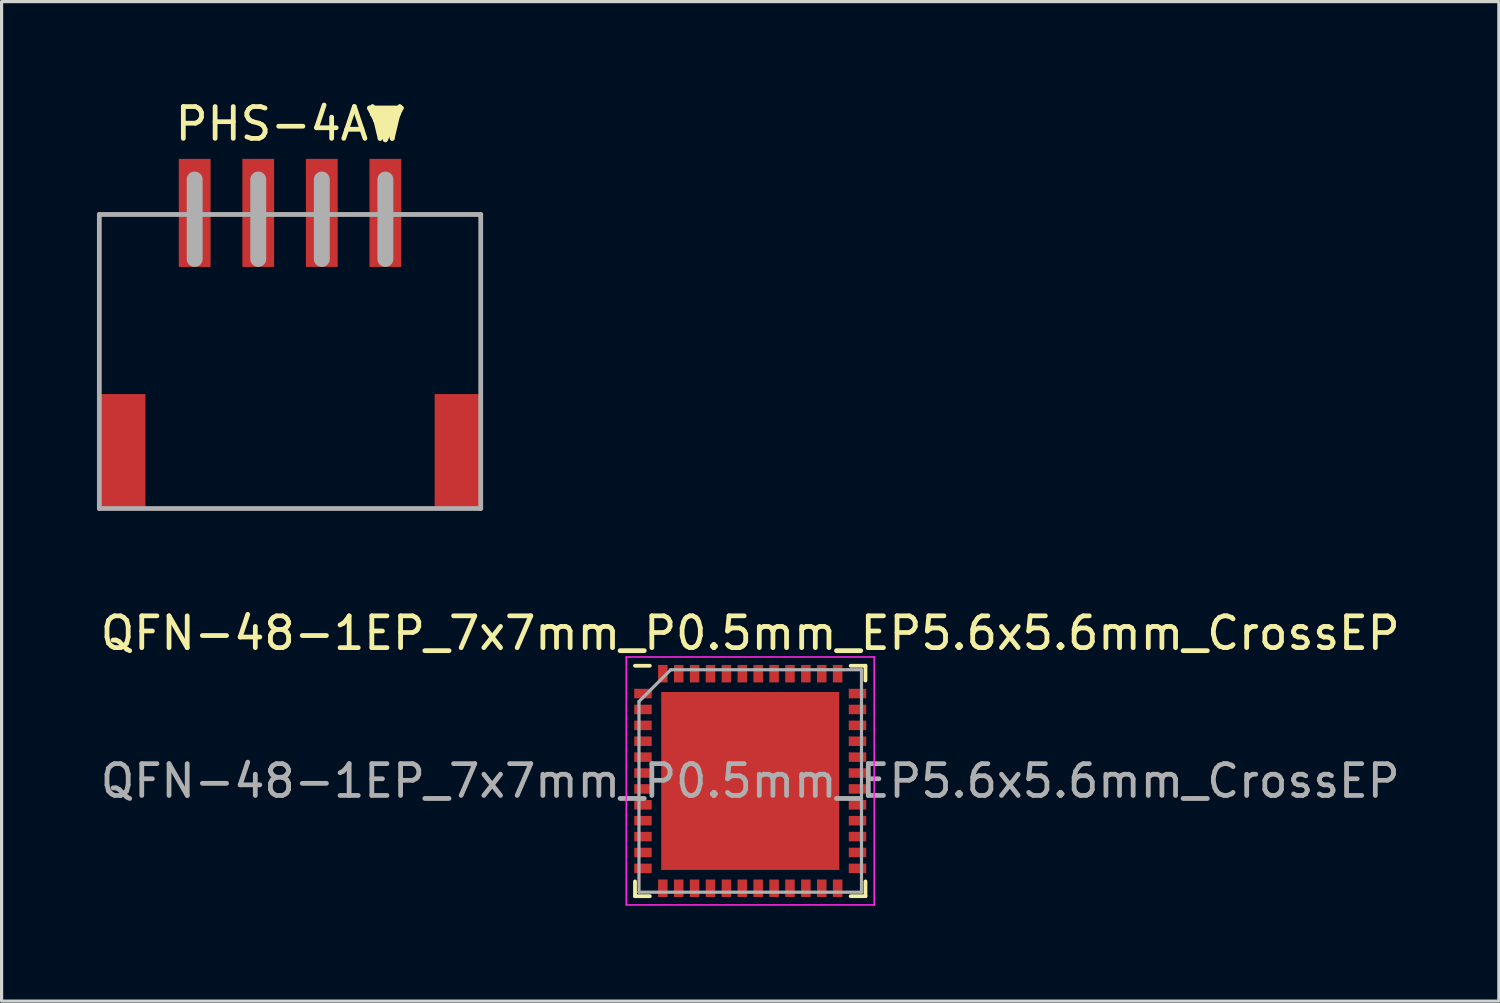
<source format=kicad_pcb>
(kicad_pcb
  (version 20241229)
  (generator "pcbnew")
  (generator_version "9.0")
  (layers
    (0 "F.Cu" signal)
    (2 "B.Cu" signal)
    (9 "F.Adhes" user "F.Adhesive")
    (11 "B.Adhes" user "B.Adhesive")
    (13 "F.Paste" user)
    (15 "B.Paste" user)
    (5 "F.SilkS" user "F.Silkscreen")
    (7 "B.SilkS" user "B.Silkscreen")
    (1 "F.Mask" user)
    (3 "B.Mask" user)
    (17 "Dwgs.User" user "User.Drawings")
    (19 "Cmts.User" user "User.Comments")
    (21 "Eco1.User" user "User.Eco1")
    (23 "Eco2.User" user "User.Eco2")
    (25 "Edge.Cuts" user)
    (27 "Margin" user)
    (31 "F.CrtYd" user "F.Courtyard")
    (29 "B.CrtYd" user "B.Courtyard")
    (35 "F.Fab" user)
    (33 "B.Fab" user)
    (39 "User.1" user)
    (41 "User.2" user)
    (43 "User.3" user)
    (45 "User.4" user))
  (footprint "PHS-4AW"
    (layer "F.Cu")
    (at 6.075 5.348)
    (property "Reference" "PHS-4AW" (at 0 -4.5 0) (layer "F.SilkS") (effects (font (size 1 1) (thickness 0.15))))
    (attr through_hole)
    (fp_line (start 2.5 -5) (end 3 -4) (stroke (width 0.15) (type solid)) (layer "F.SilkS"))
    (fp_line (start 2.6 -4.9) (end 3.4 -4.9) (stroke (width 0.15) (type solid)) (layer "F.SilkS"))
    (fp_line (start 2.6 -4.8) (end 3.4 -4.8) (stroke (width 0.15) (type solid)) (layer "F.SilkS"))
    (fp_line (start 2.7 -4.7) (end 3.3 -4.7) (stroke (width 0.15) (type solid)) (layer "F.SilkS"))
    (fp_line (start 2.7 -4.6) (end 3.3 -4.6) (stroke (width 0.15) (type solid)) (layer "F.SilkS"))
    (fp_line (start 2.8 -4.5) (end 3.2 -4.5) (stroke (width 0.15) (type solid)) (layer "F.SilkS"))
    (fp_line (start 2.8 -4.4) (end 3.2 -4.4) (stroke (width 0.15) (type solid)) (layer "F.SilkS"))
    (fp_line (start 2.9 -4.3) (end 3.1 -4.3) (stroke (width 0.15) (type solid)) (layer "F.SilkS"))
    (fp_line (start 2.9 -4.2) (end 3.1 -4.2) (stroke (width 0.15) (type solid)) (layer "F.SilkS"))
    (fp_line (start 3 -4) (end 3.5 -5) (stroke (width 0.15) (type solid)) (layer "F.SilkS"))
    (fp_line (start 3.1 -4.3) (end 2.8 -4.4) (stroke (width 0.15) (type solid)) (layer "F.SilkS"))
    (fp_line (start 3.1 -4.2) (end 2.9 -4.3) (stroke (width 0.15) (type solid)) (layer "F.SilkS"))
    (fp_line (start 3.2 -4.5) (end 2.7 -4.6) (stroke (width 0.15) (type solid)) (layer "F.SilkS"))
    (fp_line (start 3.2 -4.4) (end 2.8 -4.5) (stroke (width 0.15) (type solid)) (layer "F.SilkS"))
    (fp_line (start 3.3 -4.7) (end 2.6 -4.8) (stroke (width 0.15) (type solid)) (layer "F.SilkS"))
    (fp_line (start 3.3 -4.6) (end 2.7 -4.7) (stroke (width 0.15) (type solid)) (layer "F.SilkS"))
    (fp_line (start 3.4 -4.8) (end 2.6 -4.9) (stroke (width 0.15) (type solid)) (layer "F.SilkS"))
    (fp_line (start 3.5 -5) (end 2.5 -5) (stroke (width 0.15) (type solid)) (layer "F.SilkS"))
    (fp_line (start -6 -1.65) (end -6 7.6) (stroke (width 0.15) (type solid)) (layer "F.Fab"))
    (fp_line (start -6 -1.65) (end 6 -1.65) (stroke (width 0.15) (type solid)) (layer "F.Fab"))
    (fp_line (start -6 7.6) (end 6 7.6) (stroke (width 0.15) (type solid)) (layer "F.Fab"))
    (fp_line (start -3 -0.25) (end -3 -2.75) (stroke (width 0.5) (type solid)) (layer "F.Fab"))
    (fp_line (start -1 -0.25) (end -1 -2.75) (stroke (width 0.5) (type solid)) (layer "F.Fab"))
    (fp_line (start 1 -0.25) (end 1 -2.75) (stroke (width 0.5) (type solid)) (layer "F.Fab"))
    (fp_line (start 3 -0.25) (end 3 -2.75) (stroke (width 0.5) (type solid)) (layer "F.Fab"))
    (fp_line (start 6 -1.65) (end 6 7.6) (stroke (width 0.15) (type solid)) (layer "F.Fab"))
    (pad "" smd rect (at -5.3 5.8) (size 1.5 3.6) (layers "F.Cu" "F.Mask" "F.Paste"))
    (pad "" smd rect (at 5.3 5.8) (size 1.5 3.6) (layers "F.Cu" "F.Mask" "F.Paste"))
    (pad "1" smd rect (at 3 -1.7) (size 1 3.4) (layers "F.Cu" "F.Mask" "F.Paste"))
    (pad "2" smd rect (at 1 -1.7) (size 1 3.4) (layers "F.Cu" "F.Mask" "F.Paste"))
    (pad "3" smd rect (at -1 -1.7) (size 1 3.4) (layers "F.Cu" "F.Mask" "F.Paste"))
    (pad "4" smd rect (at -3 -1.7) (size 1 3.4) (layers "F.Cu" "F.Mask" "F.Paste")))
  (footprint "QFN-48-1EP_7x7mm_P0.5mm_EP5.6x5.6mm_CrossEP"
    (layer "F.Cu")
    (at 20.554 21.521)
    (property "Reference" "QFN-48-1EP_7x7mm_P0.5mm_EP5.6x5.6mm_CrossEP" (at 0 -4.65 0) (layer "F.SilkS") (effects (font (size 1 1) (thickness 0.15))))
    (attr smd)
    (fp_line (start -3.625 -3.625) (end -3.16 -3.625) (stroke (width 0.12) (type solid)) (layer "F.SilkS"))
    (fp_line (start -3.625 3.625) (end -3.625 3.16) (stroke (width 0.12) (type solid)) (layer "F.SilkS"))
    (fp_line (start -3.16 3.625) (end -3.625 3.625) (stroke (width 0.12) (type solid)) (layer "F.SilkS"))
    (fp_line (start 3.16 -3.625) (end 3.625 -3.625) (stroke (width 0.12) (type solid)) (layer "F.SilkS"))
    (fp_line (start 3.16 3.625) (end 3.625 3.625) (stroke (width 0.12) (type solid)) (layer "F.SilkS"))
    (fp_line (start 3.625 -3.625) (end 3.625 -3.16) (stroke (width 0.12) (type solid)) (layer "F.SilkS"))
    (fp_line (start 3.625 3.625) (end 3.625 3.16) (stroke (width 0.12) (type solid)) (layer "F.SilkS"))
    (fp_line (start -3.9 -3.9) (end -3.9 3.9) (stroke (width 0.05) (type solid)) (layer "F.CrtYd"))
    (fp_line (start -3.9 3.9) (end 3.9 3.9) (stroke (width 0.05) (type solid)) (layer "F.CrtYd"))
    (fp_line (start 3.9 -3.9) (end -3.9 -3.9) (stroke (width 0.05) (type solid)) (layer "F.CrtYd"))
    (fp_line (start 3.9 3.9) (end 3.9 -3.9) (stroke (width 0.05) (type solid)) (layer "F.CrtYd"))
    (fp_line (start -3.5 -2.5) (end -2.5 -3.5) (stroke (width 0.1) (type solid)) (layer "F.Fab"))
    (fp_line (start -3.5 3.5) (end -3.5 -2.5) (stroke (width 0.1) (type solid)) (layer "F.Fab"))
    (fp_line (start -2.5 -3.5) (end 3.5 -3.5) (stroke (width 0.1) (type solid)) (layer "F.Fab"))
    (fp_line (start 3.5 -3.5) (end 3.5 3.5) (stroke (width 0.1) (type solid)) (layer "F.Fab"))
    (fp_line (start 3.5 3.5) (end -3.5 3.5) (stroke (width 0.1) (type solid)) (layer "F.Fab"))
    (fp_text user "${REFERENCE}" (at 0 0 0) (layer "F.Fab") (effects (font (size 1 1) (thickness 0.15))))
    (pad "" smd circle (at -1.2 -1.2) (size 2 2) (layers "F.Paste"))
    (pad "" smd circle (at -1.2 1.2) (size 2 2) (layers "F.Paste"))
    (pad "" smd circle (at 1.2 -1.2) (size 2 2) (layers "F.Paste"))
    (pad "" smd circle (at 1.2 1.2) (size 2 2) (layers "F.Paste"))
    (pad "1" smd rect (at -3.375 -2.75) (size 0.55 0.3) (layers "F.Cu" "F.Mask" "F.Paste"))
    (pad "2" smd rect (at -3.375 -2.25) (size 0.55 0.3) (layers "F.Cu" "F.Mask" "F.Paste"))
    (pad "3" smd rect (at -3.375 -1.75) (size 0.55 0.3) (layers "F.Cu" "F.Mask" "F.Paste"))
    (pad "4" smd rect (at -3.375 -1.25) (size 0.55 0.3) (layers "F.Cu" "F.Mask" "F.Paste"))
    (pad "5" smd rect (at -3.375 -0.75) (size 0.55 0.3) (layers "F.Cu" "F.Mask" "F.Paste"))
    (pad "6" smd rect (at -3.375 -0.25) (size 0.55 0.3) (layers "F.Cu" "F.Mask" "F.Paste"))
    (pad "7" smd rect (at -3.375 0.25) (size 0.55 0.3) (layers "F.Cu" "F.Mask" "F.Paste"))
    (pad "8" smd rect (at -3.375 0.75) (size 0.55 0.3) (layers "F.Cu" "F.Mask" "F.Paste"))
    (pad "9" smd rect (at -3.375 1.25) (size 0.55 0.3) (layers "F.Cu" "F.Mask" "F.Paste"))
    (pad "10" smd rect (at -3.375 1.75) (size 0.55 0.3) (layers "F.Cu" "F.Mask" "F.Paste"))
    (pad "11" smd rect (at -3.375 2.25) (size 0.55 0.3) (layers "F.Cu" "F.Mask" "F.Paste"))
    (pad "12" smd rect (at -3.375 2.75) (size 0.55 0.3) (layers "F.Cu" "F.Mask" "F.Paste"))
    (pad "13" smd rect (at -2.75 3.375 90) (size 0.55 0.3) (layers "F.Cu" "F.Mask" "F.Paste"))
    (pad "14" smd rect (at -2.25 3.375 90) (size 0.55 0.3) (layers "F.Cu" "F.Mask" "F.Paste"))
    (pad "15" smd rect (at -1.75 3.375 90) (size 0.55 0.3) (layers "F.Cu" "F.Mask" "F.Paste"))
    (pad "16" smd rect (at -1.25 3.375 90) (size 0.55 0.3) (layers "F.Cu" "F.Mask" "F.Paste"))
    (pad "17" smd rect (at -0.75 3.375 90) (size 0.55 0.3) (layers "F.Cu" "F.Mask" "F.Paste"))
    (pad "18" smd rect (at -0.25 3.375 90) (size 0.55 0.3) (layers "F.Cu" "F.Mask" "F.Paste"))
    (pad "19" smd rect (at 0.25 3.375 90) (size 0.55 0.3) (layers "F.Cu" "F.Mask" "F.Paste"))
    (pad "20" smd rect (at 0.75 3.375 90) (size 0.55 0.3) (layers "F.Cu" "F.Mask" "F.Paste"))
    (pad "21" smd rect (at 1.25 3.375 90) (size 0.55 0.3) (layers "F.Cu" "F.Mask" "F.Paste"))
    (pad "22" smd rect (at 1.75 3.375 90) (size 0.55 0.3) (layers "F.Cu" "F.Mask" "F.Paste"))
    (pad "23" smd rect (at 2.25 3.375 90) (size 0.55 0.3) (layers "F.Cu" "F.Mask" "F.Paste"))
    (pad "24" smd rect (at 2.75 3.375 90) (size 0.55 0.3) (layers "F.Cu" "F.Mask" "F.Paste"))
    (pad "25" smd rect (at 3.375 2.75) (size 0.55 0.3) (layers "F.Cu" "F.Mask" "F.Paste"))
    (pad "26" smd rect (at 3.375 2.25) (size 0.55 0.3) (layers "F.Cu" "F.Mask" "F.Paste"))
    (pad "27" smd rect (at 3.375 1.75) (size 0.55 0.3) (layers "F.Cu" "F.Mask" "F.Paste"))
    (pad "28" smd rect (at 3.375 1.25) (size 0.55 0.3) (layers "F.Cu" "F.Mask" "F.Paste"))
    (pad "29" smd rect (at 3.375 0.75) (size 0.55 0.3) (layers "F.Cu" "F.Mask" "F.Paste"))
    (pad "30" smd rect (at 3.375 0.25) (size 0.55 0.3) (layers "F.Cu" "F.Mask" "F.Paste"))
    (pad "31" smd rect (at 3.375 -0.25) (size 0.55 0.3) (layers "F.Cu" "F.Mask" "F.Paste"))
    (pad "32" smd rect (at 3.375 -0.75) (size 0.55 0.3) (layers "F.Cu" "F.Mask" "F.Paste"))
    (pad "33" smd rect (at 3.375 -1.25) (size 0.55 0.3) (layers "F.Cu" "F.Mask" "F.Paste"))
    (pad "34" smd rect (at 3.375 -1.75) (size 0.55 0.3) (layers "F.Cu" "F.Mask" "F.Paste"))
    (pad "35" smd rect (at 3.375 -2.25) (size 0.55 0.3) (layers "F.Cu" "F.Mask" "F.Paste"))
    (pad "36" smd rect (at 3.375 -2.75) (size 0.55 0.3) (layers "F.Cu" "F.Mask" "F.Paste"))
    (pad "37" smd rect (at 2.75 -3.375 90) (size 0.55 0.3) (layers "F.Cu" "F.Mask" "F.Paste"))
    (pad "38" smd rect (at 2.25 -3.375 90) (size 0.55 0.3) (layers "F.Cu" "F.Mask" "F.Paste"))
    (pad "39" smd rect (at 1.75 -3.375 90) (size 0.55 0.3) (layers "F.Cu" "F.Mask" "F.Paste"))
    (pad "40" smd rect (at 1.25 -3.375 90) (size 0.55 0.3) (layers "F.Cu" "F.Mask" "F.Paste"))
    (pad "41" smd rect (at 0.75 -3.375 90) (size 0.55 0.3) (layers "F.Cu" "F.Mask" "F.Paste"))
    (pad "42" smd rect (at 0.25 -3.375 90) (size 0.55 0.3) (layers "F.Cu" "F.Mask" "F.Paste"))
    (pad "43" smd rect (at -0.25 -3.375 90) (size 0.55 0.3) (layers "F.Cu" "F.Mask" "F.Paste"))
    (pad "44" smd rect (at -0.75 -3.375 90) (size 0.55 0.3) (layers "F.Cu" "F.Mask" "F.Paste"))
    (pad "45" smd rect (at -1.25 -3.375 90) (size 0.55 0.3) (layers "F.Cu" "F.Mask" "F.Paste"))
    (pad "46" smd rect (at -1.75 -3.375 90) (size 0.55 0.3) (layers "F.Cu" "F.Mask" "F.Paste"))
    (pad "47" smd rect (at -2.25 -3.375 90) (size 0.55 0.3) (layers "F.Cu" "F.Mask" "F.Paste"))
    (pad "48" smd rect (at -2.75 -3.375 90) (size 0.55 0.3) (layers "F.Cu" "F.Mask" "F.Paste"))
    (pad "49" smd rect (at 0 0) (size 5.6 5.6) (layers "F.Cu" "F.Mask")))
  (gr_rect
    (start -3 -3)
    (end 44.107 28.447)
    (stroke (width 0.1) (type default))
    (fill no)
    (layer "Edge.Cuts")))
</source>
